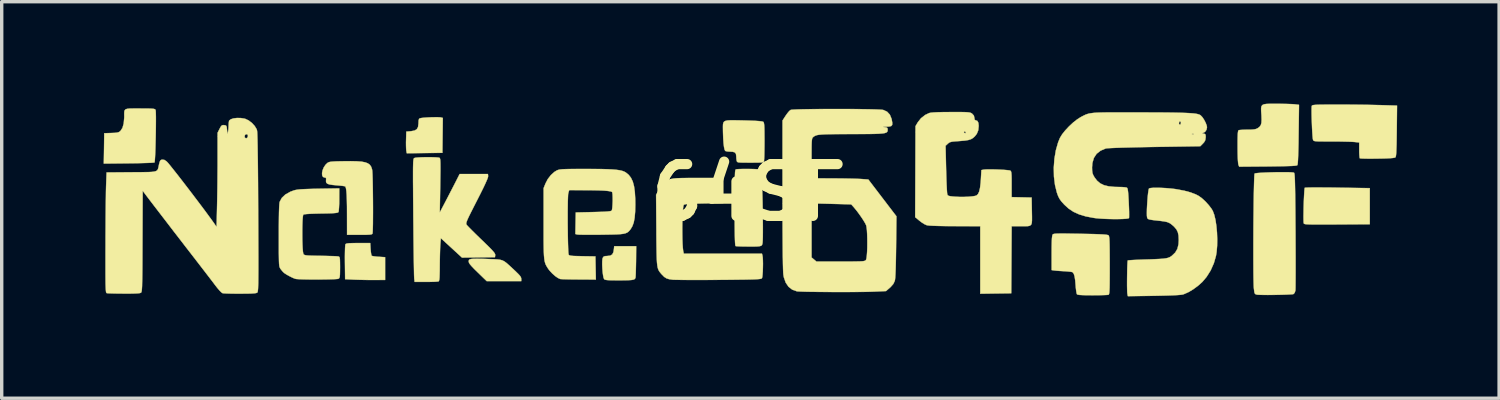
<source format=kicad_pcb>
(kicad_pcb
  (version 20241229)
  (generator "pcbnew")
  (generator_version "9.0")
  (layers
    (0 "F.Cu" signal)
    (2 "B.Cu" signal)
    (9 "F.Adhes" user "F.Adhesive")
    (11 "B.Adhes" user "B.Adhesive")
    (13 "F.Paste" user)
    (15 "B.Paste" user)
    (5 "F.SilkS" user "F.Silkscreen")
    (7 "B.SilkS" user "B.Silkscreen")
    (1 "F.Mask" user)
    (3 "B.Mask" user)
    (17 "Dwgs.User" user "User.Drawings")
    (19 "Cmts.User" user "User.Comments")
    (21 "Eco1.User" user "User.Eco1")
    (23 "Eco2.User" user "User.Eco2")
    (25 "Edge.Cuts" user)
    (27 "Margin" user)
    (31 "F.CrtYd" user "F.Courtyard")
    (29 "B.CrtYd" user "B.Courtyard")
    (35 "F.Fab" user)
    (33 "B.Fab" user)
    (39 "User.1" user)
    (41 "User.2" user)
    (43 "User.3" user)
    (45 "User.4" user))
  (footprint "64SF"
    (layer "F.Cu")
    (at 18.987 2.614)
    (property "Reference" "64SF" (at 0 0 0) (layer "F.SilkS") (effects (font (size 1.524 1.524) (thickness 0.3))))
    (attr through_hole)
    (fp_poly (pts (xy -9.149 -2.214) (xy -9.083 -2.211) (xy -9.065 -2.208) (xy -9.005 -2.193) (xy -9.011 -1.679) (xy -9.017 -1.166) (xy -10.065 -1.154) (xy -10.079 -1.229) (xy -10.084 -1.284) (xy -10.087 -1.371) (xy -10.088 -1.477) (xy -10.086 -1.547) (xy -10.079 -1.79) (xy -9.944 -1.802) (xy -9.838 -1.821) (xy -9.771 -1.86) (xy -9.734 -1.926) (xy -9.721 -2.028) (xy -9.721 -2.044) (xy -9.717 -2.121) (xy -9.704 -2.164) (xy -9.681 -2.182) (xy -9.637 -2.191) (xy -9.558 -2.2) (xy -9.458 -2.207) (xy -9.348 -2.212) (xy -9.241 -2.214) (xy -9.149 -2.214)) (stroke (width 0.01) (type solid)) (fill yes) (layer "F.SilkS"))
    (fp_poly (pts (xy -11.13 1.666) (xy -11.122 1.754) (xy -11.112 1.822) (xy -11.101 1.86) (xy -11.099 1.863) (xy -11.068 1.873) (xy -11.004 1.883) (xy -10.918 1.892) (xy -10.891 1.893) (xy -10.703 1.905) (xy -10.703 2.575) (xy -11.026 2.576) (xy -11.175 2.576) (xy -11.338 2.573) (xy -11.494 2.569) (xy -11.615 2.565) (xy -11.88 2.552) (xy -11.886 2.055) (xy -11.887 1.896) (xy -11.885 1.757) (xy -11.882 1.645) (xy -11.877 1.566) (xy -11.871 1.526) (xy -11.87 1.524) (xy -11.853 1.51) (xy -11.819 1.501) (xy -11.762 1.494) (xy -11.673 1.491) (xy -11.548 1.489) (xy -11.494 1.489) (xy -11.141 1.489) (xy -11.13 1.666)) (stroke (width 0.01) (type solid)) (fill yes) (layer "F.SilkS"))
    (fp_poly (pts (xy -7.902 1.952) (xy -7.77 1.955) (xy -7.666 1.959) (xy -7.519 1.964) (xy -7.407 1.97) (xy -7.323 1.98) (xy -7.255 1.998) (xy -7.194 2.029) (xy -7.13 2.076) (xy -7.053 2.144) (xy -6.954 2.236) (xy -6.925 2.262) (xy -6.83 2.353) (xy -6.764 2.419) (xy -6.723 2.468) (xy -6.703 2.507) (xy -6.696 2.54) (xy -6.696 2.542) (xy -6.696 2.609) (xy -7.713 2.609) (xy -7.978 2.352) (xy -8.083 2.249) (xy -8.157 2.171) (xy -8.206 2.114) (xy -8.233 2.071) (xy -8.243 2.038) (xy -8.243 2.032) (xy -8.237 1.989) (xy -8.211 1.967) (xy -8.157 1.956) (xy -8.105 1.953) (xy -8.017 1.951) (xy -7.902 1.952)) (stroke (width 0.01) (type solid)) (fill yes) (layer "F.SilkS"))
    (fp_poly (pts (xy 16.859 -0.146) (xy 17.042 -0.145) (xy 17.242 -0.143) (xy 17.33 -0.141) (xy 18.276 -0.127) (xy 18.276 0.935) (xy 17.312 0.941) (xy 17.074 0.943) (xy 16.878 0.943) (xy 16.72 0.943) (xy 16.596 0.942) (xy 16.502 0.94) (xy 16.433 0.937) (xy 16.386 0.933) (xy 16.356 0.927) (xy 16.34 0.919) (xy 16.333 0.91) (xy 16.333 0.91) (xy 16.328 0.874) (xy 16.326 0.802) (xy 16.325 0.702) (xy 16.327 0.582) (xy 16.329 0.449) (xy 16.333 0.313) (xy 16.338 0.182) (xy 16.344 0.063) (xy 16.35 -0.035) (xy 16.356 -0.105) (xy 16.362 -0.137) (xy 16.363 -0.138) (xy 16.39 -0.141) (xy 16.458 -0.144) (xy 16.562 -0.146) (xy 16.697 -0.146) (xy 16.859 -0.146)) (stroke (width 0.01) (type solid)) (fill yes) (layer "F.SilkS"))
    (fp_poly (pts (xy -3.318 2.02) (xy -3.321 2.161) (xy -3.324 2.289) (xy -3.327 2.394) (xy -3.331 2.47) (xy -3.335 2.508) (xy -3.335 2.508) (xy -3.346 2.534) (xy -3.366 2.554) (xy -3.402 2.568) (xy -3.46 2.577) (xy -3.546 2.582) (xy -3.666 2.585) (xy -3.825 2.586) (xy -3.837 2.586) (xy -3.986 2.585) (xy -4.096 2.583) (xy -4.172 2.578) (xy -4.221 2.57) (xy -4.249 2.558) (xy -4.256 2.552) (xy -4.273 2.513) (xy -4.288 2.44) (xy -4.301 2.343) (xy -4.309 2.235) (xy -4.314 2.127) (xy -4.313 2.031) (xy -4.307 1.957) (xy -4.298 1.926) (xy -4.274 1.89) (xy -4.233 1.874) (xy -4.173 1.87) (xy -4.078 1.86) (xy -4.018 1.824) (xy -3.984 1.756) (xy -3.973 1.694) (xy -3.96 1.582) (xy -3.314 1.582) (xy -3.318 2.02)) (stroke (width 0.01) (type solid)) (fill yes) (layer "F.SilkS"))
    (fp_poly (pts (xy -17.976 -2.471) (xy -17.917 -2.471) (xy -17.764 -2.47) (xy -17.651 -2.469) (xy -17.571 -2.466) (xy -17.518 -2.461) (xy -17.486 -2.453) (xy -17.468 -2.441) (xy -17.459 -2.429) (xy -17.454 -2.396) (xy -17.451 -2.325) (xy -17.449 -2.222) (xy -17.449 -2.093) (xy -17.45 -1.946) (xy -17.452 -1.787) (xy -17.455 -1.622) (xy -17.459 -1.459) (xy -17.463 -1.304) (xy -17.468 -1.163) (xy -17.474 -1.044) (xy -17.48 -0.954) (xy -17.486 -0.898) (xy -17.49 -0.883) (xy -17.516 -0.879) (xy -17.583 -0.874) (xy -17.685 -0.87) (xy -17.816 -0.866) (xy -17.971 -0.862) (xy -18.144 -0.859) (xy -18.244 -0.858) (xy -18.982 -0.85) (xy -18.975 -1.296) (xy -18.969 -1.743) (xy -18.758 -1.75) (xy -18.655 -1.754) (xy -18.587 -1.762) (xy -18.542 -1.775) (xy -18.508 -1.796) (xy -18.489 -1.814) (xy -18.432 -1.902) (xy -18.396 -2.03) (xy -18.381 -2.197) (xy -18.38 -2.237) (xy -18.381 -2.316) (xy -18.379 -2.375) (xy -18.368 -2.417) (xy -18.342 -2.445) (xy -18.296 -2.461) (xy -18.223 -2.469) (xy -18.119 -2.471) (xy -17.976 -2.471)) (stroke (width 0.01) (type solid)) (fill yes) (layer "F.SilkS"))
    (fp_poly (pts (xy 0.06 -0.691) (xy 0.168 -0.688) (xy 0.258 -0.683) (xy 0.321 -0.677) (xy 0.344 -0.671) (xy 0.355 -0.642) (xy 0.366 -0.569) (xy 0.376 -0.458) (xy 0.385 -0.311) (xy 0.393 -0.132) (xy 0.4 0.075) (xy 0.406 0.307) (xy 0.41 0.561) (xy 0.413 0.832) (xy 0.414 1.009) (xy 0.414 1.179) (xy 0.413 1.309) (xy 0.41 1.405) (xy 0.406 1.472) (xy 0.399 1.516) (xy 0.389 1.544) (xy 0.379 1.557) (xy 0.358 1.571) (xy 0.321 1.581) (xy 0.262 1.588) (xy 0.174 1.591) (xy 0.05 1.592) (xy -0.007 1.591) (xy -0.132 1.59) (xy -0.24 1.588) (xy -0.325 1.584) (xy -0.376 1.58) (xy -0.387 1.578) (xy -0.394 1.566) (xy -0.4 1.532) (xy -0.404 1.475) (xy -0.408 1.391) (xy -0.411 1.276) (xy -0.413 1.128) (xy -0.415 0.943) (xy -0.415 0.719) (xy -0.416 0.451) (xy -0.416 0.451) (xy -0.416 0.193) (xy -0.415 -0.022) (xy -0.414 -0.199) (xy -0.413 -0.341) (xy -0.41 -0.452) (xy -0.407 -0.536) (xy -0.404 -0.596) (xy -0.399 -0.637) (xy -0.392 -0.662) (xy -0.385 -0.675) (xy -0.379 -0.679) (xy -0.339 -0.685) (xy -0.265 -0.689) (xy -0.167 -0.692) (xy -0.055 -0.692) (xy 0.06 -0.691)) (stroke (width 0.01) (type solid)) (fill yes) (layer "F.SilkS"))
    (fp_poly (pts (xy -0.398 -2.124) (xy -0.232 -2.121) (xy -0.145 -2.119) (xy 0.051 -2.113) (xy 0.204 -2.107) (xy 0.315 -2.099) (xy 0.388 -2.09) (xy 0.425 -2.08) (xy 0.427 -2.078) (xy 0.439 -2.062) (xy 0.447 -2.031) (xy 0.454 -1.98) (xy 0.458 -1.904) (xy 0.46 -1.796) (xy 0.461 -1.652) (xy 0.462 -1.515) (xy 0.461 -1.36) (xy 0.459 -1.218) (xy 0.457 -1.096) (xy 0.453 -1.003) (xy 0.449 -0.944) (xy 0.447 -0.929) (xy 0.441 -0.91) (xy 0.429 -0.897) (xy 0.404 -0.887) (xy 0.36 -0.882) (xy 0.29 -0.879) (xy 0.187 -0.878) (xy 0.046 -0.877) (xy -0.096 -0.878) (xy -0.198 -0.879) (xy -0.268 -0.882) (xy -0.312 -0.887) (xy -0.336 -0.897) (xy -0.348 -0.91) (xy -0.355 -0.929) (xy -0.365 -0.989) (xy -0.369 -1.061) (xy -0.369 -1.063) (xy -0.378 -1.135) (xy -0.409 -1.178) (xy -0.471 -1.197) (xy -0.541 -1.201) (xy -0.616 -1.205) (xy -0.675 -1.216) (xy -0.693 -1.223) (xy -0.712 -1.259) (xy -0.729 -1.336) (xy -0.743 -1.452) (xy -0.753 -1.601) (xy -0.759 -1.779) (xy -0.76 -1.851) (xy -0.761 -1.936) (xy -0.759 -2.001) (xy -0.749 -2.05) (xy -0.726 -2.085) (xy -0.684 -2.107) (xy -0.619 -2.12) (xy -0.525 -2.125) (xy -0.398 -2.124)) (stroke (width 0.01) (type solid)) (fill yes) (layer "F.SilkS"))
    (fp_poly (pts (xy 15.535 -2.609) (xy 15.678 -2.608) (xy 15.815 -2.606) (xy 15.934 -2.602) (xy 16.026 -2.598) (xy 16.069 -2.594) (xy 16.193 -2.579) (xy 16.181 -1.703) (xy 16.178 -1.455) (xy 16.173 -1.25) (xy 16.168 -1.086) (xy 16.163 -0.962) (xy 16.157 -0.874) (xy 16.15 -0.821) (xy 16.142 -0.801) (xy 16.119 -0.793) (xy 16.065 -0.786) (xy 15.977 -0.78) (xy 15.852 -0.776) (xy 15.689 -0.772) (xy 15.485 -0.769) (xy 15.273 -0.766) (xy 14.432 -0.759) (xy 14.409 -0.82) (xy 14.402 -0.861) (xy 14.395 -0.94) (xy 14.39 -1.049) (xy 14.387 -1.18) (xy 14.386 -1.325) (xy 14.386 -1.35) (xy 14.386 -1.511) (xy 14.388 -1.631) (xy 14.391 -1.717) (xy 14.396 -1.775) (xy 14.403 -1.81) (xy 14.413 -1.828) (xy 14.422 -1.833) (xy 14.46 -1.839) (xy 14.532 -1.844) (xy 14.626 -1.847) (xy 14.682 -1.847) (xy 14.795 -1.849) (xy 14.874 -1.856) (xy 14.931 -1.869) (xy 14.977 -1.891) (xy 14.981 -1.894) (xy 15.033 -1.933) (xy 15.068 -1.981) (xy 15.087 -2.048) (xy 15.092 -2.141) (xy 15.088 -2.27) (xy 15.087 -2.283) (xy 15.079 -2.393) (xy 15.078 -2.475) (xy 15.087 -2.534) (xy 15.114 -2.572) (xy 15.163 -2.595) (xy 15.24 -2.606) (xy 15.351 -2.609) (xy 15.501 -2.609) (xy 15.535 -2.609)) (stroke (width 0.01) (type solid)) (fill yes) (layer "F.SilkS"))
    (fp_poly (pts (xy -11.538 -0.917) (xy -11.4 -0.907) (xy -11.293 -0.887) (xy -11.214 -0.858) (xy -11.157 -0.818) (xy -11.118 -0.765) (xy -11.093 -0.698) (xy -11.085 -0.666) (xy -11.08 -0.62) (xy -11.075 -0.535) (xy -11.071 -0.418) (xy -11.068 -0.276) (xy -11.065 -0.114) (xy -11.063 0.062) (xy -11.061 0.244) (xy -11.06 0.428) (xy -11.06 0.606) (xy -11.061 0.772) (xy -11.062 0.921) (xy -11.065 1.045) (xy -11.068 1.139) (xy -11.072 1.197) (xy -11.075 1.21) (xy -11.086 1.224) (xy -11.111 1.234) (xy -11.158 1.241) (xy -11.233 1.245) (xy -11.342 1.247) (xy -11.456 1.247) (xy -11.823 1.247) (xy -11.824 0.641) (xy -11.825 0.409) (xy -11.829 0.22) (xy -11.834 0.072) (xy -11.843 -0.04) (xy -11.854 -0.117) (xy -11.868 -0.164) (xy -11.877 -0.178) (xy -11.905 -0.186) (xy -11.968 -0.195) (xy -12.056 -0.204) (xy -12.121 -0.21) (xy -12.253 -0.222) (xy -12.345 -0.237) (xy -12.403 -0.258) (xy -12.434 -0.288) (xy -12.443 -0.329) (xy -12.441 -0.36) (xy -12.439 -0.413) (xy -12.454 -0.435) (xy -12.484 -0.439) (xy -12.531 -0.457) (xy -12.556 -0.505) (xy -12.559 -0.573) (xy -12.543 -0.653) (xy -12.509 -0.736) (xy -12.459 -0.812) (xy -12.404 -0.866) (xy -12.377 -0.883) (xy -12.344 -0.895) (xy -12.298 -0.904) (xy -12.23 -0.91) (xy -12.135 -0.915) (xy -12.003 -0.918) (xy -11.93 -0.919) (xy -11.714 -0.921) (xy -11.538 -0.917)) (stroke (width 0.01) (type solid)) (fill yes) (layer "F.SilkS"))
    (fp_poly (pts (xy 17.539 -2.586) (xy 17.764 -2.584) (xy 17.991 -2.582) (xy 18.208 -2.579) (xy 18.402 -2.575) (xy 18.564 -2.571) (xy 18.573 -2.571) (xy 19.078 -2.556) (xy 19.07 -1.81) (xy 19.067 -1.592) (xy 19.064 -1.415) (xy 19.059 -1.278) (xy 19.055 -1.175) (xy 19.049 -1.103) (xy 19.041 -1.058) (xy 19.033 -1.036) (xy 19.032 -1.035) (xy 19.007 -1.024) (xy 18.955 -1.015) (xy 18.872 -1.008) (xy 18.752 -1.002) (xy 18.593 -0.998) (xy 18.501 -0.997) (xy 18.353 -0.995) (xy 18.221 -0.995) (xy 18.111 -0.997) (xy 18.031 -1) (xy 17.988 -1.004) (xy 17.982 -1.006) (xy 17.975 -1.035) (xy 17.969 -1.1) (xy 17.965 -1.189) (xy 17.965 -1.247) (xy 17.965 -1.471) (xy 17.823 -1.486) (xy 17.758 -1.49) (xy 17.656 -1.494) (xy 17.525 -1.497) (xy 17.375 -1.5) (xy 17.216 -1.501) (xy 17.153 -1.501) (xy 16.983 -1.501) (xy 16.855 -1.502) (xy 16.76 -1.503) (xy 16.695 -1.507) (xy 16.653 -1.512) (xy 16.628 -1.521) (xy 16.615 -1.533) (xy 16.607 -1.548) (xy 16.605 -1.553) (xy 16.598 -1.593) (xy 16.591 -1.67) (xy 16.584 -1.774) (xy 16.577 -1.897) (xy 16.572 -2.031) (xy 16.567 -2.165) (xy 16.564 -2.292) (xy 16.563 -2.403) (xy 16.564 -2.488) (xy 16.567 -2.539) (xy 16.569 -2.548) (xy 16.577 -2.558) (xy 16.594 -2.567) (xy 16.624 -2.573) (xy 16.674 -2.578) (xy 16.746 -2.582) (xy 16.847 -2.584) (xy 16.981 -2.585) (xy 17.152 -2.586) (xy 17.326 -2.586) (xy 17.539 -2.586)) (stroke (width 0.01) (type solid)) (fill yes) (layer "F.SilkS"))
    (fp_poly (pts (xy 9.353 1.21) (xy 9.518 1.213) (xy 9.725 1.216) (xy 9.764 1.217) (xy 9.985 1.221) (xy 10.164 1.225) (xy 10.305 1.23) (xy 10.412 1.235) (xy 10.49 1.241) (xy 10.543 1.248) (xy 10.575 1.256) (xy 10.589 1.264) (xy 10.598 1.279) (xy 10.605 1.31) (xy 10.611 1.36) (xy 10.615 1.433) (xy 10.618 1.534) (xy 10.62 1.667) (xy 10.621 1.835) (xy 10.622 2.044) (xy 10.622 2.147) (xy 10.622 2.369) (xy 10.621 2.55) (xy 10.62 2.693) (xy 10.618 2.804) (xy 10.614 2.885) (xy 10.61 2.942) (xy 10.604 2.979) (xy 10.597 3) (xy 10.588 3.01) (xy 10.585 3.011) (xy 10.551 3.015) (xy 10.479 3.019) (xy 10.377 3.022) (xy 10.252 3.024) (xy 10.115 3.025) (xy 9.949 3.024) (xy 9.824 3.021) (xy 9.738 3.016) (xy 9.684 3.008) (xy 9.659 2.997) (xy 9.658 2.996) (xy 9.647 2.962) (xy 9.635 2.893) (xy 9.624 2.801) (xy 9.619 2.736) (xy 9.606 2.584) (xy 9.589 2.473) (xy 9.566 2.398) (xy 9.537 2.355) (xy 9.518 2.343) (xy 9.478 2.335) (xy 9.405 2.327) (xy 9.312 2.319) (xy 9.271 2.317) (xy 9.168 2.311) (xy 9.073 2.304) (xy 9.004 2.297) (xy 8.988 2.295) (xy 8.913 2.284) (xy 8.913 1.781) (xy 8.914 1.598) (xy 8.917 1.457) (xy 8.921 1.354) (xy 8.929 1.286) (xy 8.938 1.247) (xy 8.942 1.241) (xy 8.953 1.23) (xy 8.972 1.222) (xy 9.004 1.216) (xy 9.053 1.212) (xy 9.125 1.21) (xy 9.223 1.209) (xy 9.353 1.21)) (stroke (width 0.01) (type solid)) (fill yes) (layer "F.SilkS"))
    (fp_poly (pts (xy 15.88 -0.596) (xy 15.971 -0.592) (xy 16.029 -0.586) (xy 16.046 -0.581) (xy 16.052 -0.571) (xy 16.058 -0.547) (xy 16.063 -0.506) (xy 16.067 -0.446) (xy 16.071 -0.364) (xy 16.074 -0.256) (xy 16.077 -0.12) (xy 16.08 0.047) (xy 16.082 0.248) (xy 16.085 0.487) (xy 16.087 0.765) (xy 16.089 1.086) (xy 16.09 1.126) (xy 16.091 1.403) (xy 16.092 1.667) (xy 16.093 1.917) (xy 16.093 2.146) (xy 16.093 2.352) (xy 16.092 2.53) (xy 16.091 2.678) (xy 16.09 2.79) (xy 16.088 2.863) (xy 16.085 2.892) (xy 16.065 2.952) (xy 16.034 2.988) (xy 16.03 2.99) (xy 15.993 2.996) (xy 15.917 3.001) (xy 15.813 3.006) (xy 15.688 3.01) (xy 15.55 3.013) (xy 15.409 3.015) (xy 15.273 3.016) (xy 15.15 3.015) (xy 15.049 3.013) (xy 14.978 3.01) (xy 14.951 3.006) (xy 14.916 2.996) (xy 14.894 2.977) (xy 14.88 2.94) (xy 14.871 2.874) (xy 14.864 2.817) (xy 14.86 2.752) (xy 14.857 2.649) (xy 14.854 2.513) (xy 14.852 2.348) (xy 14.851 2.159) (xy 14.85 1.95) (xy 14.85 1.726) (xy 14.85 1.491) (xy 14.851 1.249) (xy 14.852 1.006) (xy 14.854 0.765) (xy 14.857 0.531) (xy 14.859 0.308) (xy 14.862 0.101) (xy 14.866 -0.085) (xy 14.87 -0.247) (xy 14.874 -0.379) (xy 14.878 -0.478) (xy 14.883 -0.539) (xy 14.887 -0.556) (xy 14.917 -0.565) (xy 14.987 -0.573) (xy 15.086 -0.58) (xy 15.208 -0.586) (xy 15.345 -0.591) (xy 15.488 -0.595) (xy 15.63 -0.597) (xy 15.763 -0.597) (xy 15.88 -0.596)) (stroke (width 0.01) (type solid)) (fill yes) (layer "F.SilkS"))
    (fp_poly (pts (xy -0.75 0.312) (xy -1.323 0.323) (xy -1.507 0.327) (xy -1.65 0.332) (xy -1.757 0.337) (xy -1.832 0.343) (xy -1.881 0.351) (xy -1.907 0.36) (xy -1.915 0.367) (xy -1.927 0.41) (xy -1.938 0.492) (xy -1.946 0.604) (xy -1.952 0.74) (xy -1.956 0.892) (xy -1.958 1.052) (xy -1.957 1.213) (xy -1.955 1.367) (xy -1.95 1.507) (xy -1.942 1.625) (xy -1.932 1.713) (xy -1.925 1.749) (xy -1.911 1.801) (xy 0.387 1.801) (xy 0.401 1.853) (xy 0.41 1.91) (xy 0.415 1.996) (xy 0.417 2.1) (xy 0.415 2.213) (xy 0.412 2.322) (xy 0.405 2.418) (xy 0.397 2.488) (xy 0.387 2.523) (xy 0.377 2.531) (xy 0.359 2.539) (xy 0.328 2.545) (xy 0.282 2.55) (xy 0.217 2.554) (xy 0.128 2.558) (xy 0.013 2.561) (xy -0.133 2.564) (xy -0.313 2.566) (xy -0.53 2.569) (xy -0.79 2.571) (xy -0.866 2.572) (xy -1.105 2.574) (xy -1.334 2.575) (xy -1.548 2.575) (xy -1.743 2.575) (xy -1.913 2.574) (xy -2.054 2.572) (xy -2.16 2.57) (xy -2.227 2.568) (xy -2.24 2.567) (xy -2.348 2.551) (xy -2.425 2.526) (xy -2.489 2.485) (xy -2.555 2.418) (xy -2.563 2.41) (xy -2.597 2.371) (xy -2.625 2.336) (xy -2.648 2.3) (xy -2.667 2.258) (xy -2.682 2.207) (xy -2.693 2.143) (xy -2.702 2.059) (xy -2.708 1.954) (xy -2.712 1.821) (xy -2.715 1.656) (xy -2.718 1.456) (xy -2.72 1.216) (xy -2.72 1.114) (xy -2.728 0.068) (xy -2.671 -0.03) (xy -2.591 -0.139) (xy -2.488 -0.243) (xy -2.375 -0.33) (xy -2.274 -0.383) (xy -2.237 -0.396) (xy -2.198 -0.406) (xy -2.149 -0.413) (xy -2.086 -0.419) (xy -2.002 -0.423) (xy -1.892 -0.425) (xy -1.75 -0.427) (xy -1.571 -0.427) (xy -1.455 -0.427) (xy -0.75 -0.427) (xy -0.75 0.312)) (stroke (width 0.01) (type solid)) (fill yes) (layer "F.SilkS"))
    (fp_poly (pts (xy 12.142 -0.135) (xy 12.279 -0.128) (xy 12.417 -0.116) (xy 12.547 -0.101) (xy 12.596 -0.093) (xy 12.818 -0.051) (xy 13 -0.002) (xy 13.15 0.055) (xy 13.241 0.102) (xy 13.336 0.171) (xy 13.439 0.266) (xy 13.537 0.374) (xy 13.618 0.48) (xy 13.656 0.545) (xy 13.699 0.66) (xy 13.735 0.811) (xy 13.761 0.987) (xy 13.779 1.18) (xy 13.786 1.377) (xy 13.783 1.57) (xy 13.768 1.749) (xy 13.749 1.866) (xy 13.687 2.082) (xy 13.593 2.294) (xy 13.472 2.486) (xy 13.349 2.631) (xy 13.221 2.746) (xy 13.081 2.849) (xy 12.94 2.933) (xy 12.81 2.991) (xy 12.769 3.004) (xy 12.713 3.012) (xy 12.615 3.02) (xy 12.477 3.027) (xy 12.304 3.033) (xy 12.099 3.038) (xy 11.911 3.042) (xy 11.156 3.052) (xy 11.141 2.975) (xy 11.137 2.93) (xy 11.135 2.851) (xy 11.133 2.747) (xy 11.133 2.625) (xy 11.134 2.495) (xy 11.136 2.365) (xy 11.138 2.243) (xy 11.142 2.137) (xy 11.146 2.057) (xy 11.151 2.009) (xy 11.153 2.001) (xy 11.179 1.997) (xy 11.243 1.992) (xy 11.34 1.986) (xy 11.46 1.981) (xy 11.598 1.976) (xy 11.615 1.975) (xy 11.817 1.969) (xy 11.979 1.962) (xy 12.105 1.956) (xy 12.203 1.948) (xy 12.277 1.938) (xy 12.332 1.926) (xy 12.376 1.91) (xy 12.413 1.89) (xy 12.448 1.866) (xy 12.452 1.862) (xy 12.55 1.769) (xy 12.614 1.659) (xy 12.647 1.523) (xy 12.654 1.403) (xy 12.648 1.269) (xy 12.626 1.167) (xy 12.583 1.083) (xy 12.515 1.005) (xy 12.495 0.986) (xy 12.433 0.934) (xy 12.376 0.897) (xy 12.313 0.871) (xy 12.232 0.853) (xy 12.121 0.838) (xy 12.057 0.831) (xy 11.93 0.817) (xy 11.842 0.805) (xy 11.784 0.793) (xy 11.75 0.779) (xy 11.732 0.76) (xy 11.722 0.734) (xy 11.722 0.731) (xy 11.716 0.681) (xy 11.715 0.598) (xy 11.717 0.493) (xy 11.723 0.374) (xy 11.731 0.251) (xy 11.74 0.132) (xy 11.751 0.026) (xy 11.763 -0.056) (xy 11.774 -0.107) (xy 11.78 -0.118) (xy 11.825 -0.13) (xy 11.906 -0.137) (xy 12.015 -0.138) (xy 12.142 -0.135)) (stroke (width 0.01) (type solid)) (fill yes) (layer "F.SilkS"))
    (fp_poly (pts (xy -9.283 -1.036) (xy -9.19 -1.032) (xy -9.125 -1.025) (xy -9.1 -1.018) (xy -9.091 -1.006) (xy -9.084 -0.981) (xy -9.079 -0.937) (xy -9.076 -0.87) (xy -9.075 -0.777) (xy -9.075 -0.652) (xy -9.077 -0.492) (xy -9.08 -0.291) (xy -9.081 -0.204) (xy -9.095 0.589) (xy -8.937 0.289) (xy -8.865 0.151) (xy -8.786 -0.002) (xy -8.709 -0.151) (xy -8.644 -0.277) (xy -8.509 -0.543) (xy -7.678 -0.543) (xy -7.671 -0.482) (xy -7.677 -0.445) (xy -7.703 -0.376) (xy -7.748 -0.273) (xy -7.813 -0.135) (xy -7.9 0.04) (xy -8.001 0.239) (xy -8.094 0.421) (xy -8.168 0.567) (xy -8.225 0.681) (xy -8.266 0.768) (xy -8.293 0.831) (xy -8.309 0.876) (xy -8.315 0.907) (xy -8.314 0.929) (xy -8.307 0.946) (xy -8.304 0.951) (xy -8.278 0.982) (xy -8.223 1.039) (xy -8.145 1.118) (xy -8.049 1.213) (xy -7.94 1.319) (xy -7.862 1.394) (xy -7.733 1.519) (xy -7.634 1.616) (xy -7.561 1.691) (xy -7.512 1.746) (xy -7.481 1.787) (xy -7.466 1.817) (xy -7.463 1.841) (xy -7.463 1.844) (xy -7.47 1.905) (xy -8.44 1.917) (xy -9.063 1.345) (xy -9.077 1.51) (xy -9.082 1.585) (xy -9.086 1.696) (xy -9.09 1.833) (xy -9.093 1.983) (xy -9.095 2.138) (xy -9.095 2.139) (xy -9.096 2.299) (xy -9.099 2.419) (xy -9.102 2.505) (xy -9.108 2.562) (xy -9.116 2.596) (xy -9.126 2.614) (xy -9.134 2.618) (xy -9.17 2.623) (xy -9.242 2.628) (xy -9.341 2.631) (xy -9.459 2.632) (xy -9.502 2.632) (xy -9.834 2.632) (xy -9.846 2.534) (xy -9.848 2.495) (xy -9.851 2.414) (xy -9.853 2.295) (xy -9.856 2.141) (xy -9.859 1.956) (xy -9.862 1.745) (xy -9.865 1.51) (xy -9.868 1.256) (xy -9.87 0.987) (xy -9.873 0.724) (xy -9.875 0.402) (xy -9.878 0.123) (xy -9.879 -0.116) (xy -9.881 -0.318) (xy -9.881 -0.487) (xy -9.881 -0.625) (xy -9.88 -0.736) (xy -9.878 -0.822) (xy -9.876 -0.888) (xy -9.872 -0.935) (xy -9.868 -0.968) (xy -9.862 -0.989) (xy -9.856 -1.002) (xy -9.848 -1.01) (xy -9.84 -1.014) (xy -9.8 -1.023) (xy -9.725 -1.03) (xy -9.625 -1.035) (xy -9.511 -1.038) (xy -9.394 -1.038) (xy -9.283 -1.036)) (stroke (width 0.01) (type solid)) (fill yes) (layer "F.SilkS"))
    (fp_poly (pts (xy -12.054 0.211) (xy -12.055 0.332) (xy -12.06 0.439) (xy -12.066 0.521) (xy -12.073 0.57) (xy -12.076 0.577) (xy -12.091 0.589) (xy -12.121 0.598) (xy -12.173 0.605) (xy -12.252 0.611) (xy -12.364 0.615) (xy -12.514 0.618) (xy -12.589 0.619) (xy -12.762 0.623) (xy -12.905 0.628) (xy -13.013 0.635) (xy -13.083 0.643) (xy -13.109 0.651) (xy -13.12 0.682) (xy -13.128 0.752) (xy -13.135 0.852) (xy -13.139 0.975) (xy -13.141 1.112) (xy -13.141 1.256) (xy -13.14 1.398) (xy -13.136 1.532) (xy -13.13 1.648) (xy -13.122 1.74) (xy -13.112 1.798) (xy -13.106 1.814) (xy -13.092 1.829) (xy -13.07 1.841) (xy -13.036 1.849) (xy -12.981 1.855) (xy -12.9 1.859) (xy -12.787 1.862) (xy -12.635 1.865) (xy -12.604 1.865) (xy -12.458 1.867) (xy -12.325 1.871) (xy -12.214 1.874) (xy -12.131 1.878) (xy -12.086 1.882) (xy -12.082 1.883) (xy -12.061 1.889) (xy -12.047 1.903) (xy -12.038 1.931) (xy -12.033 1.981) (xy -12.031 2.06) (xy -12.03 2.177) (xy -12.03 2.205) (xy -12.031 2.331) (xy -12.033 2.419) (xy -12.038 2.476) (xy -12.047 2.51) (xy -12.061 2.53) (xy -12.075 2.539) (xy -12.11 2.546) (xy -12.183 2.551) (xy -12.288 2.555) (xy -12.415 2.558) (xy -12.558 2.56) (xy -12.709 2.561) (xy -12.86 2.561) (xy -13.004 2.559) (xy -13.132 2.556) (xy -13.238 2.552) (xy -13.313 2.547) (xy -13.347 2.541) (xy -13.416 2.514) (xy -13.504 2.471) (xy -13.592 2.423) (xy -13.662 2.378) (xy -13.683 2.362) (xy -13.73 2.314) (xy -13.778 2.253) (xy -13.782 2.248) (xy -13.794 2.228) (xy -13.804 2.207) (xy -13.813 2.18) (xy -13.819 2.142) (xy -13.824 2.088) (xy -13.827 2.014) (xy -13.829 1.916) (xy -13.831 1.788) (xy -13.831 1.626) (xy -13.831 1.426) (xy -13.831 1.264) (xy -13.831 0.991) (xy -13.829 0.763) (xy -13.826 0.579) (xy -13.821 0.439) (xy -13.815 0.341) (xy -13.808 0.284) (xy -13.805 0.275) (xy -13.743 0.16) (xy -13.639 0.061) (xy -13.495 -0.02) (xy -13.39 -0.059) (xy -13.342 -0.072) (xy -13.282 -0.082) (xy -13.204 -0.091) (xy -13.103 -0.097) (xy -12.971 -0.102) (xy -12.805 -0.107) (xy -12.66 -0.11) (xy -12.053 -0.12) (xy -12.054 0.211)) (stroke (width 0.01) (type solid)) (fill yes) (layer "F.SilkS"))
    (fp_poly (pts (xy 6.125 -2.366) (xy 6.261 -2.366) (xy 6.362 -2.364) (xy 6.435 -2.36) (xy 6.487 -2.354) (xy 6.522 -2.346) (xy 6.548 -2.335) (xy 6.571 -2.32) (xy 6.573 -2.318) (xy 6.624 -2.262) (xy 6.638 -2.197) (xy 6.647 -2.141) (xy 6.674 -2.124) (xy 6.726 -2.106) (xy 6.756 -2.05) (xy 6.766 -1.96) (xy 6.753 -1.831) (xy 6.711 -1.727) (xy 6.654 -1.654) (xy 6.601 -1.605) (xy 6.541 -1.569) (xy 6.465 -1.544) (xy 6.363 -1.527) (xy 6.227 -1.515) (xy 6.188 -1.512) (xy 6.072 -1.504) (xy 5.991 -1.496) (xy 5.937 -1.484) (xy 5.899 -1.468) (xy 5.867 -1.444) (xy 5.857 -1.435) (xy 5.791 -1.374) (xy 5.807 -0.683) (xy 5.812 -0.506) (xy 5.817 -0.343) (xy 5.823 -0.2) (xy 5.829 -0.082) (xy 5.835 0.004) (xy 5.841 0.053) (xy 5.842 0.059) (xy 5.856 0.083) (xy 5.881 0.099) (xy 5.927 0.11) (xy 6.003 0.119) (xy 6.08 0.125) (xy 6.204 0.131) (xy 6.334 0.131) (xy 6.46 0.126) (xy 6.571 0.116) (xy 6.656 0.103) (xy 6.699 0.09) (xy 6.744 0.05) (xy 6.779 -0.023) (xy 6.805 -0.132) (xy 6.823 -0.28) (xy 6.83 -0.374) (xy 6.846 -0.658) (xy 6.916 -0.672) (xy 6.968 -0.677) (xy 7.053 -0.679) (xy 7.161 -0.679) (xy 7.28 -0.676) (xy 7.4 -0.671) (xy 7.513 -0.665) (xy 7.607 -0.657) (xy 7.672 -0.649) (xy 7.695 -0.643) (xy 7.71 -0.631) (xy 7.721 -0.608) (xy 7.728 -0.567) (xy 7.733 -0.502) (xy 7.735 -0.406) (xy 7.735 -0.272) (xy 7.735 -0.242) (xy 7.735 0.137) (xy 8.324 0.15) (xy 8.331 0.557) (xy 8.334 0.709) (xy 8.334 0.821) (xy 8.328 0.899) (xy 8.309 0.95) (xy 8.273 0.978) (xy 8.216 0.991) (xy 8.132 0.993) (xy 8.017 0.993) (xy 7.984 0.993) (xy 7.736 0.993) (xy 7.73 1.98) (xy 7.724 2.967) (xy 7.268 2.973) (xy 6.812 2.98) (xy 6.812 0.993) (xy 6.067 0.991) (xy 5.813 0.99) (xy 5.604 0.986) (xy 5.441 0.981) (xy 5.323 0.975) (xy 5.25 0.966) (xy 5.234 0.962) (xy 5.169 0.933) (xy 5.09 0.883) (xy 5.021 0.831) (xy 4.897 0.727) (xy 4.902 -0.612) (xy 4.906 -1.779) (xy 6.33 -1.779) (xy 6.338 -1.756) (xy 6.367 -1.742) (xy 6.377 -1.746) (xy 6.386 -1.77) (xy 6.375 -1.785) (xy 6.344 -1.798) (xy 6.33 -1.779) (xy 4.906 -1.779) (xy 4.907 -1.951) (xy 4.972 -2.062) (xy 5.067 -2.183) (xy 5.192 -2.281) (xy 5.307 -2.336) (xy 5.357 -2.347) (xy 5.44 -2.355) (xy 5.56 -2.361) (xy 5.718 -2.365) (xy 5.92 -2.366) (xy 5.95 -2.366) (xy 6.125 -2.366)) (stroke (width 0.01) (type solid)) (fill yes) (layer "F.SilkS"))
    (fp_poly (pts (xy -4.566 -0.691) (xy -4.347 -0.689) (xy -4.166 -0.684) (xy -4.019 -0.677) (xy -3.9 -0.667) (xy -3.805 -0.654) (xy -3.73 -0.637) (xy -3.672 -0.616) (xy -3.624 -0.591) (xy -3.62 -0.588) (xy -3.535 -0.519) (xy -3.467 -0.431) (xy -3.415 -0.322) (xy -3.378 -0.185) (xy -3.354 -0.016) (xy -3.342 0.189) (xy -3.34 0.358) (xy -3.345 0.57) (xy -3.36 0.743) (xy -3.386 0.882) (xy -3.426 0.992) (xy -3.477 1.078) (xy -3.511 1.121) (xy -3.544 1.155) (xy -3.582 1.182) (xy -3.631 1.202) (xy -3.694 1.217) (xy -3.779 1.227) (xy -3.891 1.234) (xy -4.035 1.238) (xy -4.216 1.241) (xy -4.337 1.243) (xy -4.509 1.245) (xy -4.668 1.245) (xy -4.807 1.245) (xy -4.921 1.243) (xy -5.003 1.241) (xy -5.045 1.237) (xy -5.047 1.237) (xy -5.104 1.223) (xy -5.098 0.906) (xy -5.092 0.589) (xy -4.579 0.577) (xy -4.396 0.572) (xy -4.255 0.567) (xy -4.153 0.56) (xy -4.084 0.552) (xy -4.046 0.542) (xy -4.036 0.536) (xy -4.024 0.502) (xy -4.015 0.434) (xy -4.009 0.344) (xy -4.005 0.244) (xy -4.006 0.146) (xy -4.009 0.062) (xy -4.017 0.004) (xy -4.024 -0.014) (xy -4.063 -0.031) (xy -4.144 -0.044) (xy -4.267 -0.055) (xy -4.434 -0.062) (xy -4.645 -0.066) (xy -4.796 -0.067) (xy -5.286 -0.069) (xy -5.312 0.018) (xy -5.318 0.06) (xy -5.322 0.141) (xy -5.326 0.255) (xy -5.328 0.395) (xy -5.33 0.554) (xy -5.33 0.727) (xy -5.33 0.907) (xy -5.328 1.087) (xy -5.326 1.262) (xy -5.323 1.424) (xy -5.319 1.567) (xy -5.315 1.686) (xy -5.31 1.773) (xy -5.304 1.823) (xy -5.302 1.829) (xy -5.29 1.844) (xy -5.267 1.855) (xy -5.224 1.863) (xy -5.157 1.869) (xy -5.058 1.872) (xy -4.92 1.875) (xy -4.899 1.876) (xy -4.514 1.882) (xy -4.501 2.563) (xy -5.004 2.56) (xy -5.155 2.559) (xy -5.291 2.557) (xy -5.407 2.554) (xy -5.494 2.551) (xy -5.545 2.548) (xy -5.553 2.546) (xy -5.618 2.516) (xy -5.699 2.46) (xy -5.782 2.386) (xy -5.858 2.305) (xy -5.899 2.252) (xy -5.93 2.204) (xy -5.957 2.16) (xy -5.979 2.116) (xy -5.996 2.068) (xy -6.01 2.01) (xy -6.02 1.938) (xy -6.028 1.848) (xy -6.033 1.736) (xy -6.036 1.596) (xy -6.038 1.424) (xy -6.038 1.216) (xy -6.038 0.967) (xy -6.038 0.912) (xy -6.038 -0.127) (xy -5.983 -0.264) (xy -5.916 -0.393) (xy -5.825 -0.51) (xy -5.723 -0.603) (xy -5.646 -0.65) (xy -5.616 -0.661) (xy -5.581 -0.671) (xy -5.535 -0.678) (xy -5.474 -0.684) (xy -5.391 -0.687) (xy -5.281 -0.69) (xy -5.14 -0.691) (xy -4.96 -0.692) (xy -4.826 -0.692) (xy -4.566 -0.691)) (stroke (width 0.01) (type solid)) (fill yes) (layer "F.SilkS"))
    (fp_poly (pts (xy 11.077 -2.357) (xy 11.352 -2.356) (xy 11.476 -2.356) (xy 11.804 -2.355) (xy 12.089 -2.354) (xy 12.335 -2.352) (xy 12.543 -2.349) (xy 12.719 -2.345) (xy 12.864 -2.34) (xy 12.982 -2.334) (xy 13.077 -2.327) (xy 13.151 -2.318) (xy 13.208 -2.307) (xy 13.251 -2.294) (xy 13.282 -2.28) (xy 13.297 -2.27) (xy 13.347 -2.218) (xy 13.4 -2.139) (xy 13.446 -2.05) (xy 13.477 -1.967) (xy 13.485 -1.918) (xy 13.469 -1.844) (xy 13.428 -1.784) (xy 13.373 -1.754) (xy 13.363 -1.752) (xy 13.338 -1.748) (xy 13.356 -1.74) (xy 13.381 -1.734) (xy 13.424 -1.721) (xy 13.443 -1.697) (xy 13.447 -1.648) (xy 13.446 -1.617) (xy 13.434 -1.539) (xy 13.399 -1.476) (xy 13.364 -1.438) (xy 13.287 -1.361) (xy 11.937 -1.34) (xy 11.659 -1.335) (xy 11.403 -1.33) (xy 11.173 -1.324) (xy 10.971 -1.319) (xy 10.8 -1.313) (xy 10.665 -1.307) (xy 10.569 -1.302) (xy 10.514 -1.296) (xy 10.506 -1.295) (xy 10.353 -1.23) (xy 10.236 -1.138) (xy 10.156 -1.017) (xy 10.112 -0.867) (xy 10.102 -0.737) (xy 10.105 -0.64) (xy 10.114 -0.571) (xy 10.136 -0.513) (xy 10.172 -0.449) (xy 10.249 -0.347) (xy 10.339 -0.27) (xy 10.449 -0.215) (xy 10.587 -0.181) (xy 10.758 -0.164) (xy 10.885 -0.161) (xy 10.982 -0.159) (xy 11.064 -0.153) (xy 11.117 -0.144) (xy 11.129 -0.14) (xy 11.142 -0.121) (xy 11.153 -0.082) (xy 11.162 -0.015) (xy 11.17 0.084) (xy 11.178 0.222) (xy 11.182 0.302) (xy 11.188 0.438) (xy 11.192 0.559) (xy 11.193 0.658) (xy 11.192 0.725) (xy 11.19 0.753) (xy 11.163 0.765) (xy 11.097 0.774) (xy 11.002 0.78) (xy 10.883 0.783) (xy 10.749 0.784) (xy 10.607 0.781) (xy 10.466 0.776) (xy 10.333 0.768) (xy 10.216 0.757) (xy 10.148 0.748) (xy 9.918 0.704) (xy 9.725 0.646) (xy 9.56 0.572) (xy 9.416 0.477) (xy 9.285 0.358) (xy 9.274 0.346) (xy 9.197 0.26) (xy 9.145 0.187) (xy 9.105 0.108) (xy 9.068 0.007) (xy 9.012 -0.218) (xy 8.981 -0.468) (xy 8.976 -0.729) (xy 8.995 -0.992) (xy 9.038 -1.244) (xy 9.104 -1.475) (xy 9.16 -1.61) (xy 9.221 -1.709) (xy 9.226 -1.716) (xy 13.038 -1.716) (xy 13.069 -1.712) (xy 13.102 -1.716) (xy 13.098 -1.724) (xy 13.051 -1.727) (xy 13.041 -1.724) (xy 13.038 -1.716) (xy 9.226 -1.716) (xy 9.311 -1.823) (xy 9.42 -1.94) (xy 9.53 -2.043) (xy 12.659 -2.043) (xy 12.663 -2.018) (xy 12.683 -1.992) (xy 12.704 -2.003) (xy 12.718 -2.044) (xy 12.714 -2.069) (xy 12.694 -2.095) (xy 12.673 -2.084) (xy 12.659 -2.043) (xy 9.53 -2.043) (xy 9.538 -2.05) (xy 9.655 -2.144) (xy 9.76 -2.212) (xy 9.816 -2.242) (xy 9.865 -2.267) (xy 9.911 -2.289) (xy 9.958 -2.306) (xy 10.01 -2.321) (xy 10.071 -2.332) (xy 10.144 -2.341) (xy 10.235 -2.348) (xy 10.346 -2.352) (xy 10.482 -2.355) (xy 10.646 -2.356) (xy 10.844 -2.357) (xy 11.077 -2.357)) (stroke (width 0.01) (type solid)) (fill yes) (layer "F.SilkS"))
    (fp_poly (pts (xy 2.805 -2.456) (xy 3.021 -2.455) (xy 3.226 -2.453) (xy 3.417 -2.45) (xy 3.587 -2.447) (xy 3.732 -2.443) (xy 3.847 -2.438) (xy 3.926 -2.433) (xy 3.961 -2.427) (xy 4.071 -2.376) (xy 4.151 -2.29) (xy 4.201 -2.168) (xy 4.207 -2.144) (xy 4.223 -2.048) (xy 4.22 -1.988) (xy 4.19 -1.954) (xy 4.127 -1.94) (xy 4.047 -1.936) (xy 3.975 -1.933) (xy 3.947 -1.93) (xy 3.963 -1.925) (xy 3.989 -1.923) (xy 4.051 -1.914) (xy 4.079 -1.897) (xy 4.087 -1.863) (xy 4.087 -1.85) (xy 4.086 -1.82) (xy 4.079 -1.794) (xy 4.063 -1.774) (xy 4.034 -1.758) (xy 3.988 -1.745) (xy 3.921 -1.736) (xy 3.829 -1.729) (xy 3.709 -1.724) (xy 3.555 -1.721) (xy 3.365 -1.72) (xy 3.135 -1.719) (xy 3.013 -1.719) (xy 2.769 -1.718) (xy 2.566 -1.717) (xy 2.4 -1.715) (xy 2.268 -1.712) (xy 2.164 -1.707) (xy 2.083 -1.7) (xy 2.023 -1.691) (xy 1.977 -1.679) (xy 1.942 -1.663) (xy 1.913 -1.644) (xy 1.888 -1.623) (xy 1.874 -1.607) (xy 1.864 -1.582) (xy 1.857 -1.542) (xy 1.852 -1.481) (xy 1.849 -1.394) (xy 1.848 -1.274) (xy 1.847 -1.115) (xy 1.847 -1.075) (xy 1.847 -0.563) (xy 2 -0.416) (xy 2.553 -0.413) (xy 2.722 -0.412) (xy 2.89 -0.409) (xy 3.045 -0.406) (xy 3.178 -0.402) (xy 3.28 -0.398) (xy 3.312 -0.396) (xy 3.518 -0.381) (xy 3.931 0.16) (xy 4.345 0.702) (xy 4.335 1.603) (xy 4.331 1.866) (xy 4.327 2.085) (xy 4.322 2.263) (xy 4.316 2.402) (xy 4.31 2.505) (xy 4.302 2.574) (xy 4.295 2.604) (xy 4.253 2.693) (xy 4.176 2.781) (xy 4.152 2.803) (xy 4.038 2.902) (xy 3.711 2.917) (xy 3.597 2.921) (xy 3.452 2.925) (xy 3.283 2.927) (xy 3.095 2.929) (xy 2.893 2.93) (xy 2.684 2.93) (xy 2.473 2.93) (xy 2.266 2.928) (xy 2.068 2.927) (xy 1.886 2.924) (xy 1.725 2.922) (xy 1.59 2.918) (xy 1.489 2.914) (xy 1.425 2.91) (xy 1.412 2.908) (xy 1.277 2.859) (xy 1.168 2.773) (xy 1.086 2.652) (xy 1.032 2.497) (xy 1.018 2.417) (xy 1.013 2.358) (xy 1.009 2.253) (xy 1.005 2.104) (xy 1.002 1.912) (xy 1.847 1.912) (xy 1.918 1.972) (xy 1.989 2.032) (xy 2.702 2.032) (xy 2.902 2.032) (xy 3.061 2.032) (xy 3.184 2.03) (xy 3.275 2.028) (xy 3.341 2.025) (xy 3.386 2.019) (xy 3.414 2.012) (xy 3.432 2.002) (xy 3.444 1.99) (xy 3.451 1.981) (xy 3.464 1.938) (xy 3.474 1.859) (xy 3.482 1.751) (xy 3.487 1.624) (xy 3.488 1.487) (xy 3.487 1.348) (xy 3.483 1.217) (xy 3.476 1.103) (xy 3.465 1.014) (xy 3.454 0.965) (xy 3.425 0.906) (xy 3.375 0.822) (xy 3.309 0.722) (xy 3.236 0.619) (xy 3.162 0.521) (xy 3.094 0.439) (xy 3.083 0.426) (xy 3.013 0.35) (xy 2.43 0.335) (xy 1.847 0.32) (xy 1.847 1.912) (xy 1.002 1.912) (xy 1.001 1.911) (xy 0.999 1.675) (xy 0.997 1.398) (xy 0.995 1.08) (xy 0.994 0.722) (xy 0.993 0.324) (xy 0.993 0.06) (xy 0.993 -2.117) (xy 1.084 -2.258) (xy 1.137 -2.332) (xy 1.188 -2.393) (xy 1.228 -2.427) (xy 1.228 -2.427) (xy 1.262 -2.434) (xy 1.337 -2.439) (xy 1.448 -2.444) (xy 1.591 -2.448) (xy 1.758 -2.451) (xy 1.947 -2.453) (xy 2.151 -2.455) (xy 2.365 -2.456) (xy 2.585 -2.456) (xy 2.805 -2.456)) (stroke (width 0.01) (type solid)) (fill yes) (layer "F.SilkS"))
    (fp_poly (pts (xy -14.95 -2.19) (xy -14.841 -2.172) (xy -14.818 -2.166) (xy -14.719 -2.119) (xy -14.623 -2.045) (xy -14.541 -1.956) (xy -14.485 -1.863) (xy -14.473 -1.824) (xy -14.468 -1.781) (xy -14.464 -1.693) (xy -14.46 -1.561) (xy -14.456 -1.385) (xy -14.453 -1.167) (xy -14.449 -0.907) (xy -14.446 -0.606) (xy -14.443 -0.265) (xy -14.441 0.115) (xy -14.439 0.533) (xy -14.439 0.6) (xy -14.437 0.979) (xy -14.436 1.314) (xy -14.435 1.609) (xy -14.434 1.865) (xy -14.434 2.087) (xy -14.434 2.275) (xy -14.435 2.433) (xy -14.436 2.564) (xy -14.437 2.67) (xy -14.44 2.754) (xy -14.442 2.819) (xy -14.446 2.867) (xy -14.45 2.901) (xy -14.455 2.924) (xy -14.46 2.939) (xy -14.467 2.947) (xy -14.469 2.949) (xy -14.499 2.96) (xy -14.555 2.968) (xy -14.643 2.974) (xy -14.767 2.977) (xy -14.932 2.978) (xy -14.973 2.978) (xy -15.118 2.978) (xy -15.249 2.976) (xy -15.359 2.973) (xy -15.441 2.969) (xy -15.485 2.965) (xy -15.487 2.964) (xy -15.521 2.941) (xy -15.575 2.887) (xy -15.641 2.81) (xy -15.705 2.728) (xy -15.761 2.653) (xy -15.841 2.549) (xy -15.939 2.421) (xy -16.05 2.277) (xy -16.169 2.123) (xy -16.29 1.965) (xy -16.337 1.905) (xy -16.467 1.737) (xy -16.611 1.551) (xy -16.764 1.352) (xy -16.923 1.147) (xy -17.081 0.94) (xy -17.236 0.739) (xy -17.382 0.549) (xy -17.515 0.376) (xy -17.63 0.225) (xy -17.722 0.104) (xy -17.745 0.073) (xy -17.838 -0.049) (xy -17.844 1.436) (xy -17.845 1.736) (xy -17.846 1.993) (xy -17.847 2.21) (xy -17.849 2.392) (xy -17.851 2.54) (xy -17.854 2.659) (xy -17.856 2.753) (xy -17.86 2.823) (xy -17.864 2.874) (xy -17.87 2.909) (xy -17.876 2.931) (xy -17.883 2.944) (xy -17.888 2.95) (xy -17.918 2.961) (xy -17.976 2.968) (xy -18.068 2.973) (xy -18.196 2.976) (xy -18.366 2.976) (xy -18.391 2.976) (xy -18.534 2.975) (xy -18.664 2.973) (xy -18.772 2.97) (xy -18.85 2.967) (xy -18.892 2.963) (xy -18.894 2.963) (xy -18.903 2.958) (xy -18.91 2.948) (xy -18.916 2.928) (xy -18.92 2.894) (xy -18.924 2.844) (xy -18.927 2.774) (xy -18.93 2.68) (xy -18.931 2.56) (xy -18.932 2.409) (xy -18.932 2.224) (xy -18.932 2.002) (xy -18.932 1.739) (xy -18.931 1.563) (xy -18.931 1.3) (xy -18.929 1.04) (xy -18.928 0.789) (xy -18.926 0.552) (xy -18.924 0.335) (xy -18.921 0.143) (xy -18.919 -0.018) (xy -18.916 -0.143) (xy -18.914 -0.208) (xy -18.9 -0.589) (xy -18.167 -0.595) (xy -17.96 -0.596) (xy -17.794 -0.598) (xy -17.664 -0.6) (xy -17.566 -0.605) (xy -17.494 -0.615) (xy -17.445 -0.629) (xy -17.412 -0.651) (xy -17.392 -0.68) (xy -17.379 -0.719) (xy -17.368 -0.769) (xy -17.357 -0.825) (xy -17.337 -0.9) (xy -17.318 -0.942) (xy -17.291 -0.96) (xy -17.262 -0.966) (xy -17.197 -0.957) (xy -17.13 -0.91) (xy -17.129 -0.908) (xy -17.093 -0.87) (xy -17.034 -0.799) (xy -16.955 -0.7) (xy -16.858 -0.578) (xy -16.748 -0.437) (xy -16.628 -0.282) (xy -16.502 -0.118) (xy -16.373 0.051) (xy -16.245 0.22) (xy -16.121 0.384) (xy -16.004 0.54) (xy -15.9 0.682) (xy -15.809 0.806) (xy -15.747 0.893) (xy -15.663 1.013) (xy -15.648 0.374) (xy -15.644 0.175) (xy -15.64 -0.055) (xy -15.637 -0.304) (xy -15.635 -0.558) (xy -15.633 -0.802) (xy -15.633 -1.011) (xy -15.633 -1.655) (xy -14.841 -1.655) (xy -14.831 -1.614) (xy -14.796 -1.593) (xy -14.792 -1.593) (xy -14.759 -1.613) (xy -14.743 -1.642) (xy -14.743 -1.691) (xy -14.769 -1.716) (xy -14.809 -1.708) (xy -14.822 -1.698) (xy -14.841 -1.655) (xy -15.633 -1.655) (xy -15.633 -1.756) (xy -15.574 -1.873) (xy -15.538 -1.939) (xy -15.509 -1.972) (xy -15.475 -1.983) (xy -15.441 -1.981) (xy -15.4 -1.975) (xy -15.377 -1.959) (xy -15.364 -1.922) (xy -15.357 -1.852) (xy -15.355 -1.836) (xy -15.349 -1.762) (xy -15.343 -1.731) (xy -15.336 -1.737) (xy -15.327 -1.775) (xy -15.316 -1.846) (xy -15.31 -1.935) (xy -15.309 -1.971) (xy -15.305 -2.045) (xy -15.297 -2.1) (xy -15.291 -2.117) (xy -15.243 -2.154) (xy -15.163 -2.18) (xy -15.061 -2.192) (xy -14.95 -2.19)) (stroke (width 0.01) (type solid)) (fill yes) (layer "F.SilkS")))
  (gr_rect
    (start -3 -3)
    (end 41.069 8.671)
    (stroke (width 0.1) (type default))
    (fill no)
    (layer "Edge.Cuts")))
</source>
